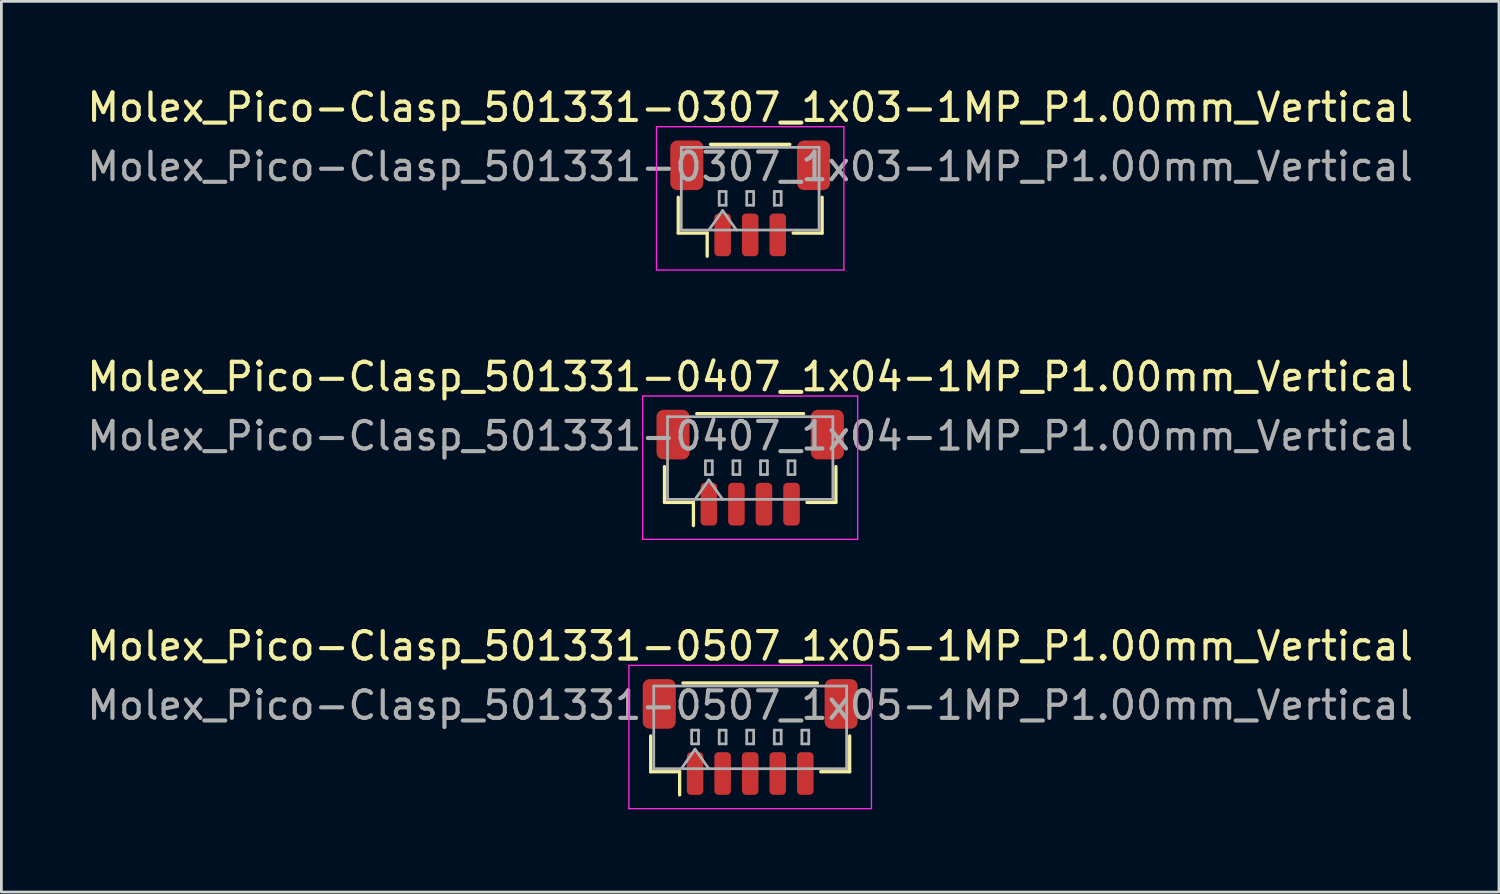
<source format=kicad_pcb>
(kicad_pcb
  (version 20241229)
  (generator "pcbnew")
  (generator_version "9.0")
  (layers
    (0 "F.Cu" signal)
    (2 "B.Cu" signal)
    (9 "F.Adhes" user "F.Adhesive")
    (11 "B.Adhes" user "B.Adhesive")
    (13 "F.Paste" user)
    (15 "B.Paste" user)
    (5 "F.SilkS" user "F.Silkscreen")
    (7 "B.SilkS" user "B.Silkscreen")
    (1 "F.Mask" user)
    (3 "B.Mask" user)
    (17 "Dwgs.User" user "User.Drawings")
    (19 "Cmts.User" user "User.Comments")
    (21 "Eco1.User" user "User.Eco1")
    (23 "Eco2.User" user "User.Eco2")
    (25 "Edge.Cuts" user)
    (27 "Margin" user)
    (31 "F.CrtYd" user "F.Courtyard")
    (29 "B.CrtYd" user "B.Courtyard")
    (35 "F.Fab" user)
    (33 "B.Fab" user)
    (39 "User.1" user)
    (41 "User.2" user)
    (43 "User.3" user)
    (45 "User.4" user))
  (footprint "Molex_Pico-Clasp_501331-0307_1x03-1MP_P1.00mm_Vertical"
    (layer "F.Cu")
    (at 24.173 4.148)
    (property "Reference" "Molex_Pico-Clasp_501331-0307_1x03-1MP_P1.00mm_Vertical" (at 0 -3.3 0) (layer "F.SilkS") (effects (font (size 1 1) (thickness 0.15))))
    (attr smd)
    (fp_line (start -2.61 -0.04) (end -2.61 1.26) (stroke (width 0.12) (type solid)) (layer "F.SilkS"))
    (fp_line (start -2.61 1.26) (end -1.56 1.26) (stroke (width 0.12) (type solid)) (layer "F.SilkS"))
    (fp_line (start -1.56 1.26) (end -1.56 2.1) (stroke (width 0.12) (type solid)) (layer "F.SilkS"))
    (fp_line (start -1.44 -1.96) (end 1.44 -1.96) (stroke (width 0.12) (type solid)) (layer "F.SilkS"))
    (fp_line (start 2.61 -0.04) (end 2.61 1.26) (stroke (width 0.12) (type solid)) (layer "F.SilkS"))
    (fp_line (start 2.61 1.26) (end 1.56 1.26) (stroke (width 0.12) (type solid)) (layer "F.SilkS"))
    (fp_line (start -3.4 -2.6) (end -3.4 2.6) (stroke (width 0.05) (type solid)) (layer "F.CrtYd"))
    (fp_line (start -3.4 2.6) (end 3.4 2.6) (stroke (width 0.05) (type solid)) (layer "F.CrtYd"))
    (fp_line (start 3.4 -2.6) (end -3.4 -2.6) (stroke (width 0.05) (type solid)) (layer "F.CrtYd"))
    (fp_line (start 3.4 2.6) (end 3.4 -2.6) (stroke (width 0.05) (type solid)) (layer "F.CrtYd"))
    (fp_line (start -2.5 -1.85) (end 2.5 -1.85) (stroke (width 0.1) (type solid)) (layer "F.Fab"))
    (fp_line (start -2.5 1.15) (end -2.5 -1.85) (stroke (width 0.1) (type solid)) (layer "F.Fab"))
    (fp_line (start -2.5 1.15) (end 2.5 1.15) (stroke (width 0.1) (type solid)) (layer "F.Fab"))
    (fp_line (start -1.5 1.15) (end -1 0.443) (stroke (width 0.1) (type solid)) (layer "F.Fab"))
    (fp_line (start -1.125 -0.25) (end -1.125 0.25) (stroke (width 0.1) (type solid)) (layer "F.Fab"))
    (fp_line (start -1.125 0.25) (end -0.875 0.25) (stroke (width 0.1) (type solid)) (layer "F.Fab"))
    (fp_line (start -1 0.443) (end -0.5 1.15) (stroke (width 0.1) (type solid)) (layer "F.Fab"))
    (fp_line (start -0.875 -0.25) (end -1.125 -0.25) (stroke (width 0.1) (type solid)) (layer "F.Fab"))
    (fp_line (start -0.875 0.25) (end -0.875 -0.25) (stroke (width 0.1) (type solid)) (layer "F.Fab"))
    (fp_line (start -0.125 -0.25) (end -0.125 0.25) (stroke (width 0.1) (type solid)) (layer "F.Fab"))
    (fp_line (start -0.125 0.25) (end 0.125 0.25) (stroke (width 0.1) (type solid)) (layer "F.Fab"))
    (fp_line (start 0.125 -0.25) (end -0.125 -0.25) (stroke (width 0.1) (type solid)) (layer "F.Fab"))
    (fp_line (start 0.125 0.25) (end 0.125 -0.25) (stroke (width 0.1) (type solid)) (layer "F.Fab"))
    (fp_line (start 0.875 -0.25) (end 0.875 0.25) (stroke (width 0.1) (type solid)) (layer "F.Fab"))
    (fp_line (start 0.875 0.25) (end 1.125 0.25) (stroke (width 0.1) (type solid)) (layer "F.Fab"))
    (fp_line (start 1.125 -0.25) (end 0.875 -0.25) (stroke (width 0.1) (type solid)) (layer "F.Fab"))
    (fp_line (start 1.125 0.25) (end 1.125 -0.25) (stroke (width 0.1) (type solid)) (layer "F.Fab"))
    (fp_line (start 2.5 1.15) (end 2.5 -1.85) (stroke (width 0.1) (type solid)) (layer "F.Fab"))
    (fp_text user "${REFERENCE}" (at 0 -1.15 0) (layer "F.Fab") (effects (font (size 1 1) (thickness 0.15))))
    (pad "1" smd roundrect (at -1 1.325) (size 0.6 1.55) (layers "F.Cu" "F.Mask" "F.Paste") (roundrect_rratio 0.25))
    (pad "2" smd roundrect (at 0 1.325) (size 0.6 1.55) (layers "F.Cu" "F.Mask" "F.Paste") (roundrect_rratio 0.25))
    (pad "3" smd roundrect (at 1 1.325) (size 0.6 1.55) (layers "F.Cu" "F.Mask" "F.Paste") (roundrect_rratio 0.25))
    (pad "MP" smd roundrect (at -2.3 -1.2) (size 1.2 1.8) (layers "F.Cu" "F.Mask" "F.Paste") (roundrect_rratio 0.208))
    (pad "MP" smd roundrect (at 2.3 -1.2) (size 1.2 1.8) (layers "F.Cu" "F.Mask" "F.Paste") (roundrect_rratio 0.208)))
  (footprint "Molex_Pico-Clasp_501331-0507_1x05-1MP_P1.00mm_Vertical"
    (layer "F.Cu")
    (at 24.173 23.695)
    (property "Reference" "Molex_Pico-Clasp_501331-0507_1x05-1MP_P1.00mm_Vertical" (at 0 -3.3 0) (layer "F.SilkS") (effects (font (size 1 1) (thickness 0.15))))
    (attr smd)
    (fp_line (start -3.61 -0.04) (end -3.61 1.26) (stroke (width 0.12) (type solid)) (layer "F.SilkS"))
    (fp_line (start -3.61 1.26) (end -2.56 1.26) (stroke (width 0.12) (type solid)) (layer "F.SilkS"))
    (fp_line (start -2.56 1.26) (end -2.56 2.1) (stroke (width 0.12) (type solid)) (layer "F.SilkS"))
    (fp_line (start -2.44 -1.96) (end 2.44 -1.96) (stroke (width 0.12) (type solid)) (layer "F.SilkS"))
    (fp_line (start 3.61 -0.04) (end 3.61 1.26) (stroke (width 0.12) (type solid)) (layer "F.SilkS"))
    (fp_line (start 3.61 1.26) (end 2.56 1.26) (stroke (width 0.12) (type solid)) (layer "F.SilkS"))
    (fp_line (start -4.4 -2.6) (end -4.4 2.6) (stroke (width 0.05) (type solid)) (layer "F.CrtYd"))
    (fp_line (start -4.4 2.6) (end 4.4 2.6) (stroke (width 0.05) (type solid)) (layer "F.CrtYd"))
    (fp_line (start 4.4 -2.6) (end -4.4 -2.6) (stroke (width 0.05) (type solid)) (layer "F.CrtYd"))
    (fp_line (start 4.4 2.6) (end 4.4 -2.6) (stroke (width 0.05) (type solid)) (layer "F.CrtYd"))
    (fp_line (start -3.5 -1.85) (end 3.5 -1.85) (stroke (width 0.1) (type solid)) (layer "F.Fab"))
    (fp_line (start -3.5 1.15) (end -3.5 -1.85) (stroke (width 0.1) (type solid)) (layer "F.Fab"))
    (fp_line (start -3.5 1.15) (end 3.5 1.15) (stroke (width 0.1) (type solid)) (layer "F.Fab"))
    (fp_line (start -2.5 1.15) (end -2 0.443) (stroke (width 0.1) (type solid)) (layer "F.Fab"))
    (fp_line (start -2.125 -0.25) (end -2.125 0.25) (stroke (width 0.1) (type solid)) (layer "F.Fab"))
    (fp_line (start -2.125 0.25) (end -1.875 0.25) (stroke (width 0.1) (type solid)) (layer "F.Fab"))
    (fp_line (start -2 0.443) (end -1.5 1.15) (stroke (width 0.1) (type solid)) (layer "F.Fab"))
    (fp_line (start -1.875 -0.25) (end -2.125 -0.25) (stroke (width 0.1) (type solid)) (layer "F.Fab"))
    (fp_line (start -1.875 0.25) (end -1.875 -0.25) (stroke (width 0.1) (type solid)) (layer "F.Fab"))
    (fp_line (start -1.125 -0.25) (end -1.125 0.25) (stroke (width 0.1) (type solid)) (layer "F.Fab"))
    (fp_line (start -1.125 0.25) (end -0.875 0.25) (stroke (width 0.1) (type solid)) (layer "F.Fab"))
    (fp_line (start -0.875 -0.25) (end -1.125 -0.25) (stroke (width 0.1) (type solid)) (layer "F.Fab"))
    (fp_line (start -0.875 0.25) (end -0.875 -0.25) (stroke (width 0.1) (type solid)) (layer "F.Fab"))
    (fp_line (start -0.125 -0.25) (end -0.125 0.25) (stroke (width 0.1) (type solid)) (layer "F.Fab"))
    (fp_line (start -0.125 0.25) (end 0.125 0.25) (stroke (width 0.1) (type solid)) (layer "F.Fab"))
    (fp_line (start 0.125 -0.25) (end -0.125 -0.25) (stroke (width 0.1) (type solid)) (layer "F.Fab"))
    (fp_line (start 0.125 0.25) (end 0.125 -0.25) (stroke (width 0.1) (type solid)) (layer "F.Fab"))
    (fp_line (start 0.875 -0.25) (end 0.875 0.25) (stroke (width 0.1) (type solid)) (layer "F.Fab"))
    (fp_line (start 0.875 0.25) (end 1.125 0.25) (stroke (width 0.1) (type solid)) (layer "F.Fab"))
    (fp_line (start 1.125 -0.25) (end 0.875 -0.25) (stroke (width 0.1) (type solid)) (layer "F.Fab"))
    (fp_line (start 1.125 0.25) (end 1.125 -0.25) (stroke (width 0.1) (type solid)) (layer "F.Fab"))
    (fp_line (start 1.875 -0.25) (end 1.875 0.25) (stroke (width 0.1) (type solid)) (layer "F.Fab"))
    (fp_line (start 1.875 0.25) (end 2.125 0.25) (stroke (width 0.1) (type solid)) (layer "F.Fab"))
    (fp_line (start 2.125 -0.25) (end 1.875 -0.25) (stroke (width 0.1) (type solid)) (layer "F.Fab"))
    (fp_line (start 2.125 0.25) (end 2.125 -0.25) (stroke (width 0.1) (type solid)) (layer "F.Fab"))
    (fp_line (start 3.5 1.15) (end 3.5 -1.85) (stroke (width 0.1) (type solid)) (layer "F.Fab"))
    (fp_text user "${REFERENCE}" (at 0 -1.15 0) (layer "F.Fab") (effects (font (size 1 1) (thickness 0.15))))
    (pad "1" smd roundrect (at -2 1.325) (size 0.6 1.55) (layers "F.Cu" "F.Mask" "F.Paste") (roundrect_rratio 0.25))
    (pad "2" smd roundrect (at -1 1.325) (size 0.6 1.55) (layers "F.Cu" "F.Mask" "F.Paste") (roundrect_rratio 0.25))
    (pad "3" smd roundrect (at 0 1.325) (size 0.6 1.55) (layers "F.Cu" "F.Mask" "F.Paste") (roundrect_rratio 0.25))
    (pad "4" smd roundrect (at 1 1.325) (size 0.6 1.55) (layers "F.Cu" "F.Mask" "F.Paste") (roundrect_rratio 0.25))
    (pad "5" smd roundrect (at 2 1.325) (size 0.6 1.55) (layers "F.Cu" "F.Mask" "F.Paste") (roundrect_rratio 0.25))
    (pad "MP" smd roundrect (at -3.3 -1.2) (size 1.2 1.8) (layers "F.Cu" "F.Mask" "F.Paste") (roundrect_rratio 0.208))
    (pad "MP" smd roundrect (at 3.3 -1.2) (size 1.2 1.8) (layers "F.Cu" "F.Mask" "F.Paste") (roundrect_rratio 0.208)))
  (footprint "Molex_Pico-Clasp_501331-0407_1x04-1MP_P1.00mm_Vertical"
    (layer "F.Cu")
    (at 24.173 13.921)
    (property "Reference" "Molex_Pico-Clasp_501331-0407_1x04-1MP_P1.00mm_Vertical" (at 0 -3.3 0) (layer "F.SilkS") (effects (font (size 1 1) (thickness 0.15))))
    (attr smd)
    (fp_line (start -3.11 -0.04) (end -3.11 1.26) (stroke (width 0.12) (type solid)) (layer "F.SilkS"))
    (fp_line (start -3.11 1.26) (end -2.06 1.26) (stroke (width 0.12) (type solid)) (layer "F.SilkS"))
    (fp_line (start -2.06 1.26) (end -2.06 2.1) (stroke (width 0.12) (type solid)) (layer "F.SilkS"))
    (fp_line (start -1.94 -1.96) (end 1.94 -1.96) (stroke (width 0.12) (type solid)) (layer "F.SilkS"))
    (fp_line (start 3.11 -0.04) (end 3.11 1.26) (stroke (width 0.12) (type solid)) (layer "F.SilkS"))
    (fp_line (start 3.11 1.26) (end 2.06 1.26) (stroke (width 0.12) (type solid)) (layer "F.SilkS"))
    (fp_line (start -3.9 -2.6) (end -3.9 2.6) (stroke (width 0.05) (type solid)) (layer "F.CrtYd"))
    (fp_line (start -3.9 2.6) (end 3.9 2.6) (stroke (width 0.05) (type solid)) (layer "F.CrtYd"))
    (fp_line (start 3.9 -2.6) (end -3.9 -2.6) (stroke (width 0.05) (type solid)) (layer "F.CrtYd"))
    (fp_line (start 3.9 2.6) (end 3.9 -2.6) (stroke (width 0.05) (type solid)) (layer "F.CrtYd"))
    (fp_line (start -3 -1.85) (end 3 -1.85) (stroke (width 0.1) (type solid)) (layer "F.Fab"))
    (fp_line (start -3 1.15) (end -3 -1.85) (stroke (width 0.1) (type solid)) (layer "F.Fab"))
    (fp_line (start -3 1.15) (end 3 1.15) (stroke (width 0.1) (type solid)) (layer "F.Fab"))
    (fp_line (start -2 1.15) (end -1.5 0.443) (stroke (width 0.1) (type solid)) (layer "F.Fab"))
    (fp_line (start -1.625 -0.25) (end -1.625 0.25) (stroke (width 0.1) (type solid)) (layer "F.Fab"))
    (fp_line (start -1.625 0.25) (end -1.375 0.25) (stroke (width 0.1) (type solid)) (layer "F.Fab"))
    (fp_line (start -1.5 0.443) (end -1 1.15) (stroke (width 0.1) (type solid)) (layer "F.Fab"))
    (fp_line (start -1.375 -0.25) (end -1.625 -0.25) (stroke (width 0.1) (type solid)) (layer "F.Fab"))
    (fp_line (start -1.375 0.25) (end -1.375 -0.25) (stroke (width 0.1) (type solid)) (layer "F.Fab"))
    (fp_line (start -0.625 -0.25) (end -0.625 0.25) (stroke (width 0.1) (type solid)) (layer "F.Fab"))
    (fp_line (start -0.625 0.25) (end -0.375 0.25) (stroke (width 0.1) (type solid)) (layer "F.Fab"))
    (fp_line (start -0.375 -0.25) (end -0.625 -0.25) (stroke (width 0.1) (type solid)) (layer "F.Fab"))
    (fp_line (start -0.375 0.25) (end -0.375 -0.25) (stroke (width 0.1) (type solid)) (layer "F.Fab"))
    (fp_line (start 0.375 -0.25) (end 0.375 0.25) (stroke (width 0.1) (type solid)) (layer "F.Fab"))
    (fp_line (start 0.375 0.25) (end 0.625 0.25) (stroke (width 0.1) (type solid)) (layer "F.Fab"))
    (fp_line (start 0.625 -0.25) (end 0.375 -0.25) (stroke (width 0.1) (type solid)) (layer "F.Fab"))
    (fp_line (start 0.625 0.25) (end 0.625 -0.25) (stroke (width 0.1) (type solid)) (layer "F.Fab"))
    (fp_line (start 1.375 -0.25) (end 1.375 0.25) (stroke (width 0.1) (type solid)) (layer "F.Fab"))
    (fp_line (start 1.375 0.25) (end 1.625 0.25) (stroke (width 0.1) (type solid)) (layer "F.Fab"))
    (fp_line (start 1.625 -0.25) (end 1.375 -0.25) (stroke (width 0.1) (type solid)) (layer "F.Fab"))
    (fp_line (start 1.625 0.25) (end 1.625 -0.25) (stroke (width 0.1) (type solid)) (layer "F.Fab"))
    (fp_line (start 3 1.15) (end 3 -1.85) (stroke (width 0.1) (type solid)) (layer "F.Fab"))
    (fp_text user "${REFERENCE}" (at 0 -1.15 0) (layer "F.Fab") (effects (font (size 1 1) (thickness 0.15))))
    (pad "1" smd roundrect (at -1.5 1.325) (size 0.6 1.55) (layers "F.Cu" "F.Mask" "F.Paste") (roundrect_rratio 0.25))
    (pad "2" smd roundrect (at -0.5 1.325) (size 0.6 1.55) (layers "F.Cu" "F.Mask" "F.Paste") (roundrect_rratio 0.25))
    (pad "3" smd roundrect (at 0.5 1.325) (size 0.6 1.55) (layers "F.Cu" "F.Mask" "F.Paste") (roundrect_rratio 0.25))
    (pad "4" smd roundrect (at 1.5 1.325) (size 0.6 1.55) (layers "F.Cu" "F.Mask" "F.Paste") (roundrect_rratio 0.25))
    (pad "MP" smd roundrect (at -2.8 -1.2) (size 1.2 1.8) (layers "F.Cu" "F.Mask" "F.Paste") (roundrect_rratio 0.208))
    (pad "MP" smd roundrect (at 2.8 -1.2) (size 1.2 1.8) (layers "F.Cu" "F.Mask" "F.Paste") (roundrect_rratio 0.208)))
  (gr_rect
    (start -3 -3)
    (end 51.345 29.32)
    (stroke (width 0.1) (type default))
    (fill no)
    (layer "Edge.Cuts")))
</source>
